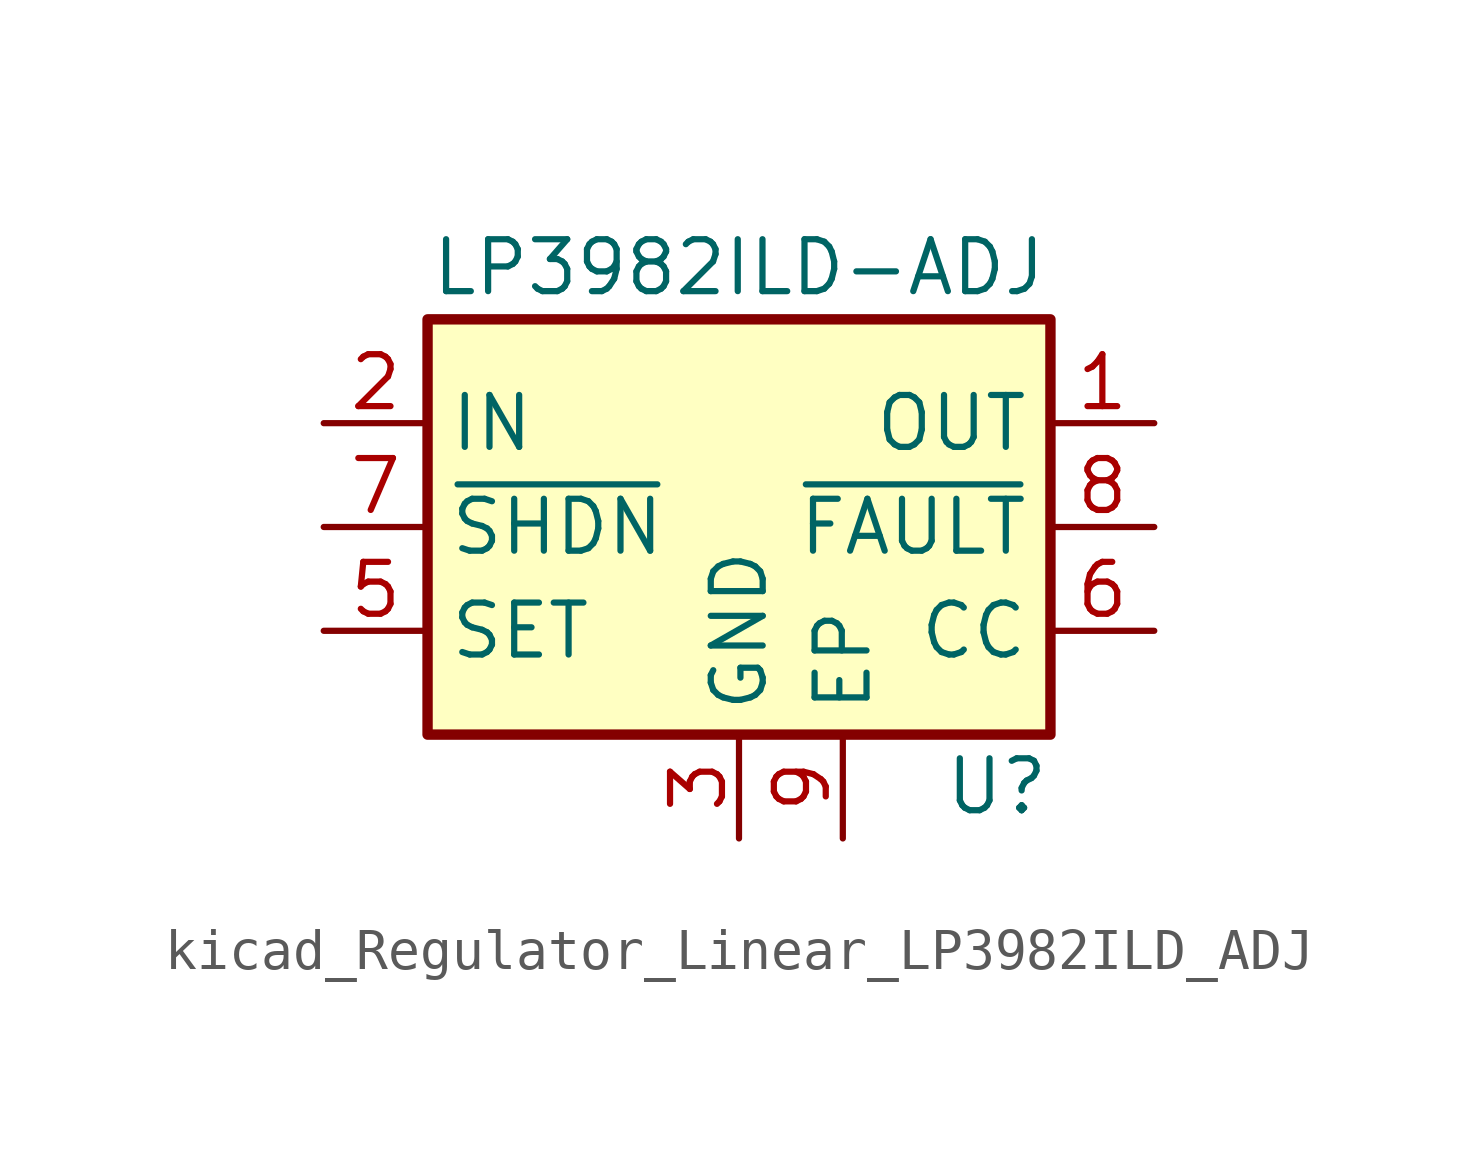
<source format=kicad_sym>
(kicad_symbol_lib
  (version 20220914)
  (generator kicad_symbol_editor)
  (symbol "kicad_Regulator_Linear_LP3982ILD_ADJ"
    (property "Reference" "U"
      (at 7.62 -6.35 0)
      (effects (font (size 1.27 1.27)) (justify right)))
    (property "Value" "LP3982ILD-ADJ"
      (at 0 6.35 0)
      (effects (font (size 1.27 1.27))))
    (symbol "kicad_Regulator_Linear_LP3982ILD_ADJ_0_1"
      (rectangle (start -7.62 5.08) (end 7.62 -5.08) (stroke (width 0.254) (type default)) (fill (type background))))
    (symbol "kicad_Regulator_Linear_LP3982ILD_ADJ_1_1"
      (pin power_out line (at 10.16 2.54 180) (length 2.54) (name "OUT" (effects (font (size 1.27 1.27)))) (number "1" (effects (font (size 1.27 1.27)))))
      (pin power_in line (at -10.16 2.54 0) (length 2.54) (name "IN" (effects (font (size 1.27 1.27)))) (number "2" (effects (font (size 1.27 1.27)))))
      (pin power_in line (at 0 -7.62 90) (length 2.54) (name "GND" (effects (font (size 1.27 1.27)))) (number "3" (effects (font (size 1.27 1.27)))))
      (pin passive line (at 10.16 2.54 180) (length 2.54) hide (name "OUT" (effects (font (size 1.27 1.27)))) (number "4" (effects (font (size 1.27 1.27)))))
      (pin passive line (at -10.16 -2.54 0) (length 2.54) (name "SET" (effects (font (size 1.27 1.27)))) (number "5" (effects (font (size 1.27 1.27)))))
      (pin passive line (at 10.16 -2.54 180) (length 2.54) (name "CC" (effects (font (size 1.27 1.27)))) (number "6" (effects (font (size 1.27 1.27)))))
      (pin input line (at -10.16 0 0) (length 2.54) (name "~{SHDN}" (effects (font (size 1.27 1.27)))) (number "7" (effects (font (size 1.27 1.27)))))
      (pin open_collector line (at 10.16 0 180) (length 2.54) (name "~{FAULT}" (effects (font (size 1.27 1.27)))) (number "8" (effects (font (size 1.27 1.27)))))
      (pin passive line (at 2.54 -7.62 90) (length 2.54) (name "EP" (effects (font (size 1.27 1.27)))) (number "9" (effects (font (size 1.27 1.27))))))))
</source>
